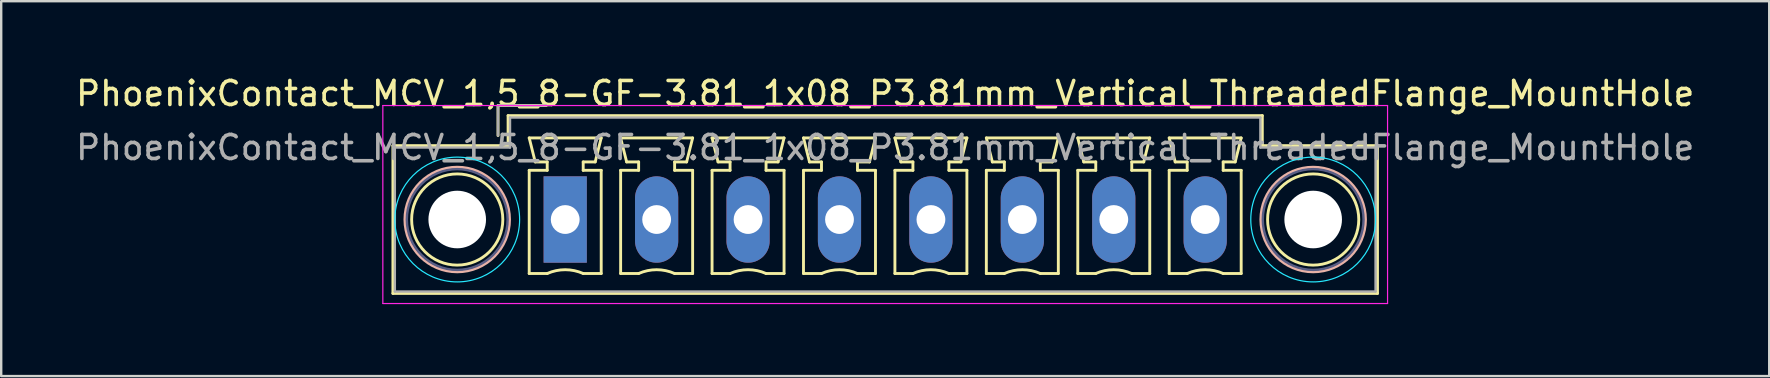
<source format=kicad_pcb>
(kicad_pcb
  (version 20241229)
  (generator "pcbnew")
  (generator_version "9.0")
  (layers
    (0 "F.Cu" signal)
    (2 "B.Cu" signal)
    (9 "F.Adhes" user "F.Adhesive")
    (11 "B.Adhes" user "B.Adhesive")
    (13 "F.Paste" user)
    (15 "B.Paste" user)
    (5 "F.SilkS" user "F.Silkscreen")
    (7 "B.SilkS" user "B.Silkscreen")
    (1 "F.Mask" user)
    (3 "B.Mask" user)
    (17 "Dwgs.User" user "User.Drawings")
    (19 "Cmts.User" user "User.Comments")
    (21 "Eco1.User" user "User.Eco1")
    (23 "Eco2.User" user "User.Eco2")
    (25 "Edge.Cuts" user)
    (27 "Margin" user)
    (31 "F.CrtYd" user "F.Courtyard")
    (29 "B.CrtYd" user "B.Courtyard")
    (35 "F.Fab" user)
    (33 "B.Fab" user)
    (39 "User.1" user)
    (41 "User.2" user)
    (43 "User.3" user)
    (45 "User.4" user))
  (footprint "PhoenixContact_MCV_1,5_8-GF-3.81_1x08_P3.81mm_Vertical_ThreadedFlange_MountHole"
    (layer "F.Cu")
    (at 20.504 6.098)
    (property "Reference" "PhoenixContact_MCV_1,5_8-GF-3.81_1x08_P3.81mm_Vertical_ThreadedFlange_MountHole" (at 13.335 -5.25 0) (layer "F.SilkS") (effects (font (size 1 1) (thickness 0.15))))
    (attr through_hole)
    (fp_line (start -7.18 -3.08) (end -7.18 3.08) (stroke (width 0.12) (type solid)) (layer "F.SilkS"))
    (fp_line (start -7.18 3.08) (end 33.85 3.08) (stroke (width 0.12) (type solid)) (layer "F.SilkS"))
    (fp_line (start -2.8 -4.75) (end -0.8 -4.75) (stroke (width 0.12) (type solid)) (layer "F.SilkS"))
    (fp_line (start -2.8 -3.5) (end -2.8 -4.75) (stroke (width 0.12) (type solid)) (layer "F.SilkS"))
    (fp_line (start -2.38 -4.33) (end -2.38 -3.08) (stroke (width 0.12) (type solid)) (layer "F.SilkS"))
    (fp_line (start -2.38 -3.08) (end -7.18 -3.08) (stroke (width 0.12) (type solid)) (layer "F.SilkS"))
    (fp_line (start -1.5 -3.4) (end 1.5 -3.4) (stroke (width 0.12) (type solid)) (layer "F.SilkS"))
    (fp_line (start -1.5 -2.05) (end -0.75 -2.05) (stroke (width 0.12) (type solid)) (layer "F.SilkS"))
    (fp_line (start -1.5 2.25) (end -1.5 -2.05) (stroke (width 0.12) (type solid)) (layer "F.SilkS"))
    (fp_line (start -1.25 -2.4) (end -1.5 -3.4) (stroke (width 0.12) (type solid)) (layer "F.SilkS"))
    (fp_line (start -0.75 -2.4) (end -1.25 -2.4) (stroke (width 0.12) (type solid)) (layer "F.SilkS"))
    (fp_line (start -0.75 -2.05) (end -0.75 -2.4) (stroke (width 0.12) (type solid)) (layer "F.SilkS"))
    (fp_line (start -0.75 2.25) (end -1.5 2.25) (stroke (width 0.12) (type solid)) (layer "F.SilkS"))
    (fp_line (start 0.75 -2.4) (end 0.75 -2.05) (stroke (width 0.12) (type solid)) (layer "F.SilkS"))
    (fp_line (start 0.75 -2.05) (end 1.5 -2.05) (stroke (width 0.12) (type solid)) (layer "F.SilkS"))
    (fp_line (start 1.25 -2.4) (end 0.75 -2.4) (stroke (width 0.12) (type solid)) (layer "F.SilkS"))
    (fp_line (start 1.5 -3.4) (end 1.25 -2.4) (stroke (width 0.12) (type solid)) (layer "F.SilkS"))
    (fp_line (start 1.5 -2.05) (end 1.5 2.25) (stroke (width 0.12) (type solid)) (layer "F.SilkS"))
    (fp_line (start 1.5 2.25) (end 0.75 2.25) (stroke (width 0.12) (type solid)) (layer "F.SilkS"))
    (fp_line (start 2.31 -3.4) (end 5.31 -3.4) (stroke (width 0.12) (type solid)) (layer "F.SilkS"))
    (fp_line (start 2.31 -2.05) (end 3.06 -2.05) (stroke (width 0.12) (type solid)) (layer "F.SilkS"))
    (fp_line (start 2.31 2.25) (end 2.31 -2.05) (stroke (width 0.12) (type solid)) (layer "F.SilkS"))
    (fp_line (start 2.56 -2.4) (end 2.31 -3.4) (stroke (width 0.12) (type solid)) (layer "F.SilkS"))
    (fp_line (start 3.06 -2.4) (end 2.56 -2.4) (stroke (width 0.12) (type solid)) (layer "F.SilkS"))
    (fp_line (start 3.06 -2.05) (end 3.06 -2.4) (stroke (width 0.12) (type solid)) (layer "F.SilkS"))
    (fp_line (start 3.06 2.25) (end 2.31 2.25) (stroke (width 0.12) (type solid)) (layer "F.SilkS"))
    (fp_line (start 4.56 -2.4) (end 4.56 -2.05) (stroke (width 0.12) (type solid)) (layer "F.SilkS"))
    (fp_line (start 4.56 -2.05) (end 5.31 -2.05) (stroke (width 0.12) (type solid)) (layer "F.SilkS"))
    (fp_line (start 5.06 -2.4) (end 4.56 -2.4) (stroke (width 0.12) (type solid)) (layer "F.SilkS"))
    (fp_line (start 5.31 -3.4) (end 5.06 -2.4) (stroke (width 0.12) (type solid)) (layer "F.SilkS"))
    (fp_line (start 5.31 -2.05) (end 5.31 2.25) (stroke (width 0.12) (type solid)) (layer "F.SilkS"))
    (fp_line (start 5.31 2.25) (end 4.56 2.25) (stroke (width 0.12) (type solid)) (layer "F.SilkS"))
    (fp_line (start 6.12 -3.4) (end 9.12 -3.4) (stroke (width 0.12) (type solid)) (layer "F.SilkS"))
    (fp_line (start 6.12 -2.05) (end 6.87 -2.05) (stroke (width 0.12) (type solid)) (layer "F.SilkS"))
    (fp_line (start 6.12 2.25) (end 6.12 -2.05) (stroke (width 0.12) (type solid)) (layer "F.SilkS"))
    (fp_line (start 6.37 -2.4) (end 6.12 -3.4) (stroke (width 0.12) (type solid)) (layer "F.SilkS"))
    (fp_line (start 6.87 -2.4) (end 6.37 -2.4) (stroke (width 0.12) (type solid)) (layer "F.SilkS"))
    (fp_line (start 6.87 -2.05) (end 6.87 -2.4) (stroke (width 0.12) (type solid)) (layer "F.SilkS"))
    (fp_line (start 6.87 2.25) (end 6.12 2.25) (stroke (width 0.12) (type solid)) (layer "F.SilkS"))
    (fp_line (start 8.37 -2.4) (end 8.37 -2.05) (stroke (width 0.12) (type solid)) (layer "F.SilkS"))
    (fp_line (start 8.37 -2.05) (end 9.12 -2.05) (stroke (width 0.12) (type solid)) (layer "F.SilkS"))
    (fp_line (start 8.87 -2.4) (end 8.37 -2.4) (stroke (width 0.12) (type solid)) (layer "F.SilkS"))
    (fp_line (start 9.12 -3.4) (end 8.87 -2.4) (stroke (width 0.12) (type solid)) (layer "F.SilkS"))
    (fp_line (start 9.12 -2.05) (end 9.12 2.25) (stroke (width 0.12) (type solid)) (layer "F.SilkS"))
    (fp_line (start 9.12 2.25) (end 8.37 2.25) (stroke (width 0.12) (type solid)) (layer "F.SilkS"))
    (fp_line (start 9.93 -3.4) (end 12.93 -3.4) (stroke (width 0.12) (type solid)) (layer "F.SilkS"))
    (fp_line (start 9.93 -2.05) (end 10.68 -2.05) (stroke (width 0.12) (type solid)) (layer "F.SilkS"))
    (fp_line (start 9.93 2.25) (end 9.93 -2.05) (stroke (width 0.12) (type solid)) (layer "F.SilkS"))
    (fp_line (start 10.18 -2.4) (end 9.93 -3.4) (stroke (width 0.12) (type solid)) (layer "F.SilkS"))
    (fp_line (start 10.68 -2.4) (end 10.18 -2.4) (stroke (width 0.12) (type solid)) (layer "F.SilkS"))
    (fp_line (start 10.68 -2.05) (end 10.68 -2.4) (stroke (width 0.12) (type solid)) (layer "F.SilkS"))
    (fp_line (start 10.68 2.25) (end 9.93 2.25) (stroke (width 0.12) (type solid)) (layer "F.SilkS"))
    (fp_line (start 12.18 -2.4) (end 12.18 -2.05) (stroke (width 0.12) (type solid)) (layer "F.SilkS"))
    (fp_line (start 12.18 -2.05) (end 12.93 -2.05) (stroke (width 0.12) (type solid)) (layer "F.SilkS"))
    (fp_line (start 12.68 -2.4) (end 12.18 -2.4) (stroke (width 0.12) (type solid)) (layer "F.SilkS"))
    (fp_line (start 12.93 -3.4) (end 12.68 -2.4) (stroke (width 0.12) (type solid)) (layer "F.SilkS"))
    (fp_line (start 12.93 -2.05) (end 12.93 2.25) (stroke (width 0.12) (type solid)) (layer "F.SilkS"))
    (fp_line (start 12.93 2.25) (end 12.18 2.25) (stroke (width 0.12) (type solid)) (layer "F.SilkS"))
    (fp_line (start 13.74 -3.4) (end 16.74 -3.4) (stroke (width 0.12) (type solid)) (layer "F.SilkS"))
    (fp_line (start 13.74 -2.05) (end 14.49 -2.05) (stroke (width 0.12) (type solid)) (layer "F.SilkS"))
    (fp_line (start 13.74 2.25) (end 13.74 -2.05) (stroke (width 0.12) (type solid)) (layer "F.SilkS"))
    (fp_line (start 13.99 -2.4) (end 13.74 -3.4) (stroke (width 0.12) (type solid)) (layer "F.SilkS"))
    (fp_line (start 14.49 -2.4) (end 13.99 -2.4) (stroke (width 0.12) (type solid)) (layer "F.SilkS"))
    (fp_line (start 14.49 -2.05) (end 14.49 -2.4) (stroke (width 0.12) (type solid)) (layer "F.SilkS"))
    (fp_line (start 14.49 2.25) (end 13.74 2.25) (stroke (width 0.12) (type solid)) (layer "F.SilkS"))
    (fp_line (start 15.99 -2.4) (end 15.99 -2.05) (stroke (width 0.12) (type solid)) (layer "F.SilkS"))
    (fp_line (start 15.99 -2.05) (end 16.74 -2.05) (stroke (width 0.12) (type solid)) (layer "F.SilkS"))
    (fp_line (start 16.49 -2.4) (end 15.99 -2.4) (stroke (width 0.12) (type solid)) (layer "F.SilkS"))
    (fp_line (start 16.74 -3.4) (end 16.49 -2.4) (stroke (width 0.12) (type solid)) (layer "F.SilkS"))
    (fp_line (start 16.74 -2.05) (end 16.74 2.25) (stroke (width 0.12) (type solid)) (layer "F.SilkS"))
    (fp_line (start 16.74 2.25) (end 15.99 2.25) (stroke (width 0.12) (type solid)) (layer "F.SilkS"))
    (fp_line (start 17.55 -3.4) (end 20.55 -3.4) (stroke (width 0.12) (type solid)) (layer "F.SilkS"))
    (fp_line (start 17.55 -2.05) (end 18.3 -2.05) (stroke (width 0.12) (type solid)) (layer "F.SilkS"))
    (fp_line (start 17.55 2.25) (end 17.55 -2.05) (stroke (width 0.12) (type solid)) (layer "F.SilkS"))
    (fp_line (start 17.8 -2.4) (end 17.55 -3.4) (stroke (width 0.12) (type solid)) (layer "F.SilkS"))
    (fp_line (start 18.3 -2.4) (end 17.8 -2.4) (stroke (width 0.12) (type solid)) (layer "F.SilkS"))
    (fp_line (start 18.3 -2.05) (end 18.3 -2.4) (stroke (width 0.12) (type solid)) (layer "F.SilkS"))
    (fp_line (start 18.3 2.25) (end 17.55 2.25) (stroke (width 0.12) (type solid)) (layer "F.SilkS"))
    (fp_line (start 19.8 -2.4) (end 19.8 -2.05) (stroke (width 0.12) (type solid)) (layer "F.SilkS"))
    (fp_line (start 19.8 -2.05) (end 20.55 -2.05) (stroke (width 0.12) (type solid)) (layer "F.SilkS"))
    (fp_line (start 20.3 -2.4) (end 19.8 -2.4) (stroke (width 0.12) (type solid)) (layer "F.SilkS"))
    (fp_line (start 20.55 -3.4) (end 20.3 -2.4) (stroke (width 0.12) (type solid)) (layer "F.SilkS"))
    (fp_line (start 20.55 -2.05) (end 20.55 2.25) (stroke (width 0.12) (type solid)) (layer "F.SilkS"))
    (fp_line (start 20.55 2.25) (end 19.8 2.25) (stroke (width 0.12) (type solid)) (layer "F.SilkS"))
    (fp_line (start 21.36 -3.4) (end 24.36 -3.4) (stroke (width 0.12) (type solid)) (layer "F.SilkS"))
    (fp_line (start 21.36 -2.05) (end 22.11 -2.05) (stroke (width 0.12) (type solid)) (layer "F.SilkS"))
    (fp_line (start 21.36 2.25) (end 21.36 -2.05) (stroke (width 0.12) (type solid)) (layer "F.SilkS"))
    (fp_line (start 21.61 -2.4) (end 21.36 -3.4) (stroke (width 0.12) (type solid)) (layer "F.SilkS"))
    (fp_line (start 22.11 -2.4) (end 21.61 -2.4) (stroke (width 0.12) (type solid)) (layer "F.SilkS"))
    (fp_line (start 22.11 -2.05) (end 22.11 -2.4) (stroke (width 0.12) (type solid)) (layer "F.SilkS"))
    (fp_line (start 22.11 2.25) (end 21.36 2.25) (stroke (width 0.12) (type solid)) (layer "F.SilkS"))
    (fp_line (start 23.61 -2.4) (end 23.61 -2.05) (stroke (width 0.12) (type solid)) (layer "F.SilkS"))
    (fp_line (start 23.61 -2.05) (end 24.36 -2.05) (stroke (width 0.12) (type solid)) (layer "F.SilkS"))
    (fp_line (start 24.11 -2.4) (end 23.61 -2.4) (stroke (width 0.12) (type solid)) (layer "F.SilkS"))
    (fp_line (start 24.36 -3.4) (end 24.11 -2.4) (stroke (width 0.12) (type solid)) (layer "F.SilkS"))
    (fp_line (start 24.36 -2.05) (end 24.36 2.25) (stroke (width 0.12) (type solid)) (layer "F.SilkS"))
    (fp_line (start 24.36 2.25) (end 23.61 2.25) (stroke (width 0.12) (type solid)) (layer "F.SilkS"))
    (fp_line (start 25.17 -3.4) (end 28.17 -3.4) (stroke (width 0.12) (type solid)) (layer "F.SilkS"))
    (fp_line (start 25.17 -2.05) (end 25.92 -2.05) (stroke (width 0.12) (type solid)) (layer "F.SilkS"))
    (fp_line (start 25.17 2.25) (end 25.17 -2.05) (stroke (width 0.12) (type solid)) (layer "F.SilkS"))
    (fp_line (start 25.42 -2.4) (end 25.17 -3.4) (stroke (width 0.12) (type solid)) (layer "F.SilkS"))
    (fp_line (start 25.92 -2.4) (end 25.42 -2.4) (stroke (width 0.12) (type solid)) (layer "F.SilkS"))
    (fp_line (start 25.92 -2.05) (end 25.92 -2.4) (stroke (width 0.12) (type solid)) (layer "F.SilkS"))
    (fp_line (start 25.92 2.25) (end 25.17 2.25) (stroke (width 0.12) (type solid)) (layer "F.SilkS"))
    (fp_line (start 27.42 -2.4) (end 27.42 -2.05) (stroke (width 0.12) (type solid)) (layer "F.SilkS"))
    (fp_line (start 27.42 -2.05) (end 28.17 -2.05) (stroke (width 0.12) (type solid)) (layer "F.SilkS"))
    (fp_line (start 27.92 -2.4) (end 27.42 -2.4) (stroke (width 0.12) (type solid)) (layer "F.SilkS"))
    (fp_line (start 28.17 -3.4) (end 27.92 -2.4) (stroke (width 0.12) (type solid)) (layer "F.SilkS"))
    (fp_line (start 28.17 -2.05) (end 28.17 2.25) (stroke (width 0.12) (type solid)) (layer "F.SilkS"))
    (fp_line (start 28.17 2.25) (end 27.42 2.25) (stroke (width 0.12) (type solid)) (layer "F.SilkS"))
    (fp_line (start 29.05 -4.33) (end -2.38 -4.33) (stroke (width 0.12) (type solid)) (layer "F.SilkS"))
    (fp_line (start 29.05 -3.08) (end 29.05 -4.33) (stroke (width 0.12) (type solid)) (layer "F.SilkS"))
    (fp_line (start 33.85 -3.08) (end 29.05 -3.08) (stroke (width 0.12) (type solid)) (layer "F.SilkS"))
    (fp_line (start 33.85 3.08) (end 33.85 -3.08) (stroke (width 0.12) (type solid)) (layer "F.SilkS"))
    (fp_arc (start -0.75 2.25) (mid -0.000193 2.09191) (end 0.749647 2.249844) (stroke (width 0.12) (type solid)) (layer "F.SilkS"))
    (fp_arc (start 3.06 2.25) (mid 3.809807 2.09191) (end 4.559647 2.249844) (stroke (width 0.12) (type solid)) (layer "F.SilkS"))
    (fp_arc (start 6.87 2.25) (mid 7.619807 2.09191) (end 8.369647 2.249844) (stroke (width 0.12) (type solid)) (layer "F.SilkS"))
    (fp_arc (start 10.68 2.25) (mid 11.429807 2.09191) (end 12.179647 2.249844) (stroke (width 0.12) (type solid)) (layer "F.SilkS"))
    (fp_arc (start 14.49 2.25) (mid 15.239807 2.09191) (end 15.989647 2.249844) (stroke (width 0.12) (type solid)) (layer "F.SilkS"))
    (fp_arc (start 18.3 2.25) (mid 19.049807 2.09191) (end 19.799647 2.249844) (stroke (width 0.12) (type solid)) (layer "F.SilkS"))
    (fp_arc (start 22.11 2.25) (mid 22.859807 2.09191) (end 23.609647 2.249844) (stroke (width 0.12) (type solid)) (layer "F.SilkS"))
    (fp_arc (start 25.92 2.25) (mid 26.669807 2.09191) (end 27.419647 2.249844) (stroke (width 0.12) (type solid)) (layer "F.SilkS"))
    (fp_circle (center -4.5 0) (end -2.6 0) (stroke (width 0.12) (type solid)) (fill no) (layer "F.SilkS"))
    (fp_circle (center 31.17 0) (end 33.07 0) (stroke (width 0.12) (type solid)) (fill no) (layer "F.SilkS"))
    (fp_circle (center -4.5 0) (end -2.32 0) (stroke (width 0.12) (type solid)) (fill no) (layer "B.SilkS"))
    (fp_circle (center 31.17 0) (end 33.35 0) (stroke (width 0.12) (type solid)) (fill no) (layer "B.SilkS"))
    (fp_circle (center -4.5 0) (end -1.9 0) (stroke (width 0.05) (type solid)) (fill no) (layer "B.CrtYd"))
    (fp_circle (center 31.17 0) (end 33.77 0) (stroke (width 0.05) (type solid)) (fill no) (layer "B.CrtYd"))
    (fp_line (start -7.6 -4.75) (end -7.6 3.5) (stroke (width 0.05) (type solid)) (layer "F.CrtYd"))
    (fp_line (start -7.6 3.5) (end 34.27 3.5) (stroke (width 0.05) (type solid)) (layer "F.CrtYd"))
    (fp_line (start 34.27 -4.75) (end -7.6 -4.75) (stroke (width 0.05) (type solid)) (layer "F.CrtYd"))
    (fp_line (start 34.27 3.5) (end 34.27 -4.75) (stroke (width 0.05) (type solid)) (layer "F.CrtYd"))
    (fp_circle (center -4.5 0) (end -2.4 0) (stroke (width 0.1) (type solid)) (fill no) (layer "B.Fab"))
    (fp_circle (center 31.17 0) (end 33.27 0) (stroke (width 0.1) (type solid)) (fill no) (layer "B.Fab"))
    (fp_line (start -7.1 -3) (end -7.1 3) (stroke (width 0.1) (type solid)) (layer "F.Fab"))
    (fp_line (start -7.1 3) (end 33.77 3) (stroke (width 0.1) (type solid)) (layer "F.Fab"))
    (fp_line (start -2.8 -4.75) (end -0.8 -4.75) (stroke (width 0.1) (type solid)) (layer "F.Fab"))
    (fp_line (start -2.8 -3.5) (end -2.8 -4.75) (stroke (width 0.1) (type solid)) (layer "F.Fab"))
    (fp_line (start -2.3 -4.25) (end -2.3 -3) (stroke (width 0.1) (type solid)) (layer "F.Fab"))
    (fp_line (start -2.3 -3) (end -7.1 -3) (stroke (width 0.1) (type solid)) (layer "F.Fab"))
    (fp_line (start 28.97 -4.25) (end -2.3 -4.25) (stroke (width 0.1) (type solid)) (layer "F.Fab"))
    (fp_line (start 28.97 -3) (end 28.97 -4.25) (stroke (width 0.1) (type solid)) (layer "F.Fab"))
    (fp_line (start 33.77 -3) (end 28.97 -3) (stroke (width 0.1) (type solid)) (layer "F.Fab"))
    (fp_line (start 33.77 3) (end 33.77 -3) (stroke (width 0.1) (type solid)) (layer "F.Fab"))
    (fp_text user "${REFERENCE}" (at 13.335 -3 0) (layer "F.Fab") (effects (font (size 1 1) (thickness 0.15))))
    (pad "" np_thru_hole circle (at -4.5 0) (size 2.4 2.4) (drill 2.4) (layers "*.Cu" "*.Mask"))
    (pad "" np_thru_hole circle (at 31.17 0) (size 2.4 2.4) (drill 2.4) (layers "*.Cu" "*.Mask"))
    (pad "1" thru_hole rect (at 0 0) (size 1.8 3.6) (drill 1.2) (layers "*.Cu" "*.Mask"))
    (pad "2" thru_hole oval (at 3.81 0) (size 1.8 3.6) (drill 1.2) (layers "*.Cu" "*.Mask"))
    (pad "3" thru_hole oval (at 7.62 0) (size 1.8 3.6) (drill 1.2) (layers "*.Cu" "*.Mask"))
    (pad "4" thru_hole oval (at 11.43 0) (size 1.8 3.6) (drill 1.2) (layers "*.Cu" "*.Mask"))
    (pad "5" thru_hole oval (at 15.24 0) (size 1.8 3.6) (drill 1.2) (layers "*.Cu" "*.Mask"))
    (pad "6" thru_hole oval (at 19.05 0) (size 1.8 3.6) (drill 1.2) (layers "*.Cu" "*.Mask"))
    (pad "7" thru_hole oval (at 22.86 0) (size 1.8 3.6) (drill 1.2) (layers "*.Cu" "*.Mask"))
    (pad "8" thru_hole oval (at 26.67 0) (size 1.8 3.6) (drill 1.2) (layers "*.Cu" "*.Mask")))
  (gr_rect
    (start -3 -3)
    (end 70.679 12.623)
    (stroke (width 0.1) (type default))
    (fill no)
    (layer "Edge.Cuts")))
</source>
